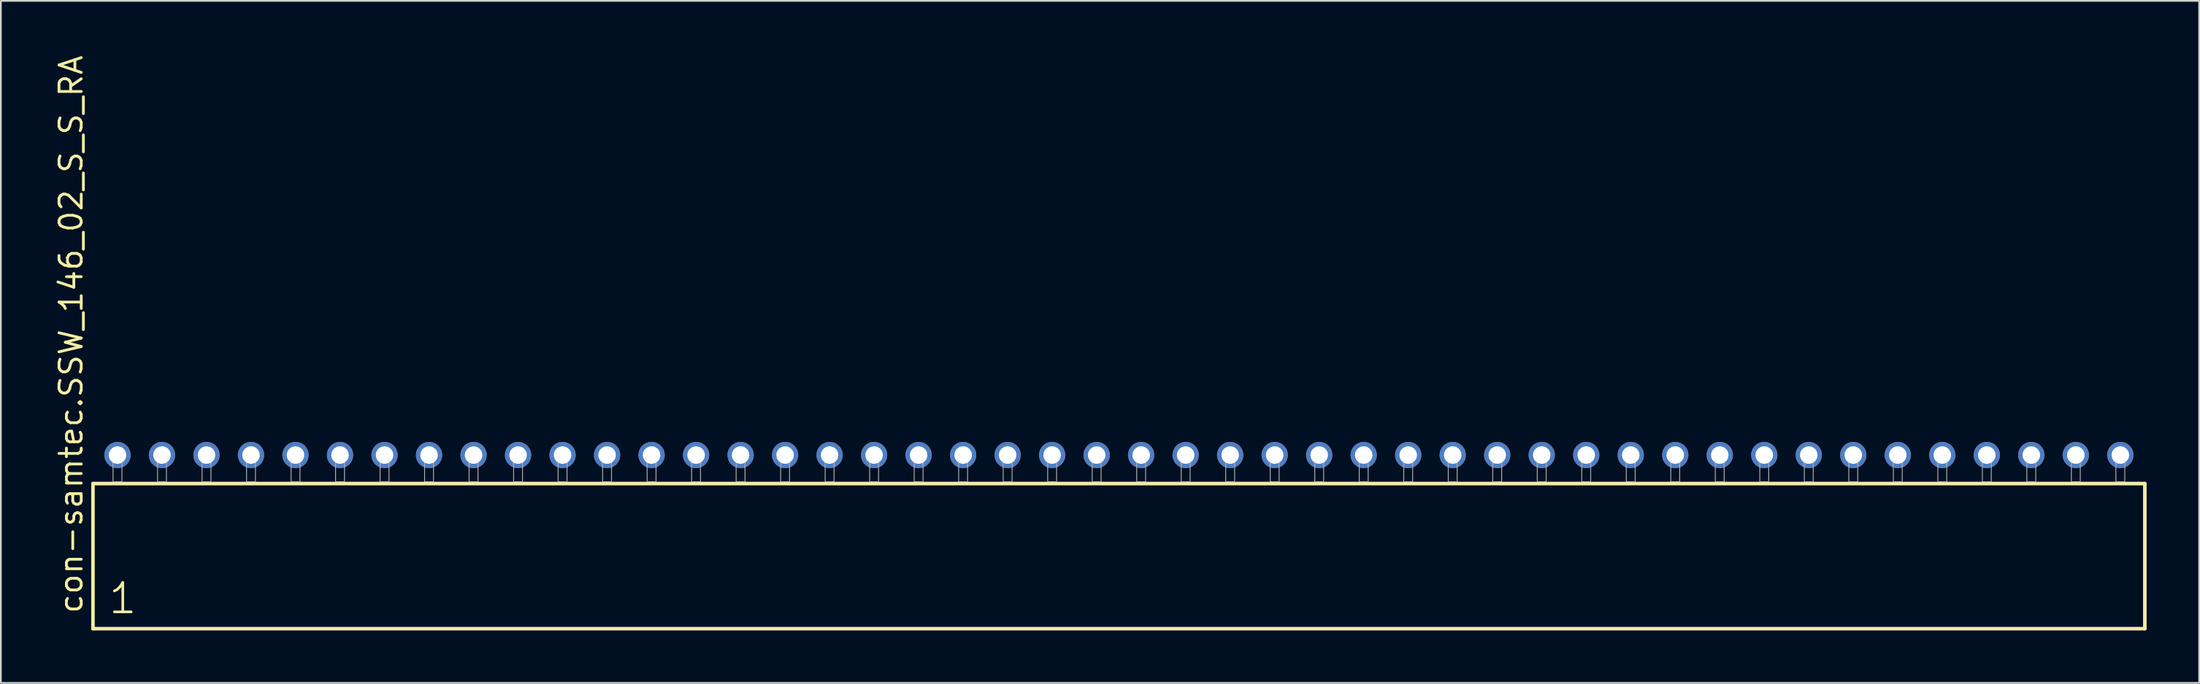
<source format=kicad_pcb>
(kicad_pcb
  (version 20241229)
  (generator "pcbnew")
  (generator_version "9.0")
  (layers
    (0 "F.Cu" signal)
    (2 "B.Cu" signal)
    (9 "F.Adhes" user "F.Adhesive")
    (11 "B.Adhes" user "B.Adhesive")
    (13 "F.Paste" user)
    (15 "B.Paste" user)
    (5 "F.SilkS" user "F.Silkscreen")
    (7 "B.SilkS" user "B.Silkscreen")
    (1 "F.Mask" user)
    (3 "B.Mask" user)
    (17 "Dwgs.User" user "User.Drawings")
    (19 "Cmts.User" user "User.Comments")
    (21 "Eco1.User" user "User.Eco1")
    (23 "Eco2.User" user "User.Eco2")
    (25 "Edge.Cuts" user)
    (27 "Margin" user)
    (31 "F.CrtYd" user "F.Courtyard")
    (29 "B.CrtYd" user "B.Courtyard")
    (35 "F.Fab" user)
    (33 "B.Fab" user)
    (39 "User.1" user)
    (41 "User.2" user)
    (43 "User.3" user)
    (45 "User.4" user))
  (footprint "con-samtec.SSW_146_02_S_S_RA"
    (layer "F.Cu")
    (at 60.805 24.477)
    (property "Reference" "con-samtec.SSW_146_02_S_S_RA" (at -59.055 7.62 90) (layer "F.SilkS") (effects (font (size 1.27 1.27) (thickness 0.16)) (justify left bottom)))
    (attr through_hole)
    (fp_line (start -58.549 0.106) (end -58.549 8.396) (stroke (width 0.203) (type default)) (layer "F.SilkS"))
    (fp_line (start -58.549 8.396) (end 58.549 8.396) (stroke (width 0.203) (type default)) (layer "F.SilkS"))
    (fp_line (start 58.549 0.106) (end -58.549 0.106) (stroke (width 0.203) (type default)) (layer "F.SilkS"))
    (fp_line (start 58.549 8.396) (end 58.549 0.106) (stroke (width 0.203) (type default)) (layer "F.SilkS"))
    (fp_rect (start -57.404 0) (end -56.896 -1.778) (stroke (width 0.05) (type default)) (fill no) (layer "F.Fab"))
    (fp_rect (start -54.864 0) (end -54.356 -1.778) (stroke (width 0.05) (type default)) (fill no) (layer "F.Fab"))
    (fp_rect (start -52.324 0) (end -51.816 -1.778) (stroke (width 0.05) (type default)) (fill no) (layer "F.Fab"))
    (fp_rect (start -49.784 0) (end -49.276 -1.778) (stroke (width 0.05) (type default)) (fill no) (layer "F.Fab"))
    (fp_rect (start -47.244 0) (end -46.736 -1.778) (stroke (width 0.05) (type default)) (fill no) (layer "F.Fab"))
    (fp_rect (start -44.704 0) (end -44.196 -1.778) (stroke (width 0.05) (type default)) (fill no) (layer "F.Fab"))
    (fp_rect (start -42.164 0) (end -41.656 -1.778) (stroke (width 0.05) (type default)) (fill no) (layer "F.Fab"))
    (fp_rect (start -39.624 0) (end -39.116 -1.778) (stroke (width 0.05) (type default)) (fill no) (layer "F.Fab"))
    (fp_rect (start -37.084 0) (end -36.576 -1.778) (stroke (width 0.05) (type default)) (fill no) (layer "F.Fab"))
    (fp_rect (start -34.544 0) (end -34.036 -1.778) (stroke (width 0.05) (type default)) (fill no) (layer "F.Fab"))
    (fp_rect (start -32.004 0) (end -31.496 -1.778) (stroke (width 0.05) (type default)) (fill no) (layer "F.Fab"))
    (fp_rect (start -29.464 0) (end -28.956 -1.778) (stroke (width 0.05) (type default)) (fill no) (layer "F.Fab"))
    (fp_rect (start -26.924 0) (end -26.416 -1.778) (stroke (width 0.05) (type default)) (fill no) (layer "F.Fab"))
    (fp_rect (start -24.384 0) (end -23.876 -1.778) (stroke (width 0.05) (type default)) (fill no) (layer "F.Fab"))
    (fp_rect (start -21.844 0) (end -21.336 -1.778) (stroke (width 0.05) (type default)) (fill no) (layer "F.Fab"))
    (fp_rect (start -19.304 0) (end -18.796 -1.778) (stroke (width 0.05) (type default)) (fill no) (layer "F.Fab"))
    (fp_rect (start -16.764 0) (end -16.256 -1.778) (stroke (width 0.05) (type default)) (fill no) (layer "F.Fab"))
    (fp_rect (start -14.224 0) (end -13.716 -1.778) (stroke (width 0.05) (type default)) (fill no) (layer "F.Fab"))
    (fp_rect (start -11.684 0) (end -11.176 -1.778) (stroke (width 0.05) (type default)) (fill no) (layer "F.Fab"))
    (fp_rect (start -9.144 0) (end -8.636 -1.778) (stroke (width 0.05) (type default)) (fill no) (layer "F.Fab"))
    (fp_rect (start -6.604 0) (end -6.096 -1.778) (stroke (width 0.05) (type default)) (fill no) (layer "F.Fab"))
    (fp_rect (start -4.064 0) (end -3.556 -1.778) (stroke (width 0.05) (type default)) (fill no) (layer "F.Fab"))
    (fp_rect (start -1.524 0) (end -1.016 -1.778) (stroke (width 0.05) (type default)) (fill no) (layer "F.Fab"))
    (fp_rect (start 1.016 0) (end 1.524 -1.778) (stroke (width 0.05) (type default)) (fill no) (layer "F.Fab"))
    (fp_rect (start 3.556 0) (end 4.064 -1.778) (stroke (width 0.05) (type default)) (fill no) (layer "F.Fab"))
    (fp_rect (start 6.096 0) (end 6.604 -1.778) (stroke (width 0.05) (type default)) (fill no) (layer "F.Fab"))
    (fp_rect (start 8.636 0) (end 9.144 -1.778) (stroke (width 0.05) (type default)) (fill no) (layer "F.Fab"))
    (fp_rect (start 11.176 0) (end 11.684 -1.778) (stroke (width 0.05) (type default)) (fill no) (layer "F.Fab"))
    (fp_rect (start 13.716 0) (end 14.224 -1.778) (stroke (width 0.05) (type default)) (fill no) (layer "F.Fab"))
    (fp_rect (start 16.256 0) (end 16.764 -1.778) (stroke (width 0.05) (type default)) (fill no) (layer "F.Fab"))
    (fp_rect (start 18.796 0) (end 19.304 -1.778) (stroke (width 0.05) (type default)) (fill no) (layer "F.Fab"))
    (fp_rect (start 21.336 0) (end 21.844 -1.778) (stroke (width 0.05) (type default)) (fill no) (layer "F.Fab"))
    (fp_rect (start 23.876 0) (end 24.384 -1.778) (stroke (width 0.05) (type default)) (fill no) (layer "F.Fab"))
    (fp_rect (start 26.416 0) (end 26.924 -1.778) (stroke (width 0.05) (type default)) (fill no) (layer "F.Fab"))
    (fp_rect (start 28.956 0) (end 29.464 -1.778) (stroke (width 0.05) (type default)) (fill no) (layer "F.Fab"))
    (fp_rect (start 31.496 0) (end 32.004 -1.778) (stroke (width 0.05) (type default)) (fill no) (layer "F.Fab"))
    (fp_rect (start 34.036 0) (end 34.544 -1.778) (stroke (width 0.05) (type default)) (fill no) (layer "F.Fab"))
    (fp_rect (start 36.576 0) (end 37.084 -1.778) (stroke (width 0.05) (type default)) (fill no) (layer "F.Fab"))
    (fp_rect (start 39.116 0) (end 39.624 -1.778) (stroke (width 0.05) (type default)) (fill no) (layer "F.Fab"))
    (fp_rect (start 41.656 0) (end 42.164 -1.778) (stroke (width 0.05) (type default)) (fill no) (layer "F.Fab"))
    (fp_rect (start 44.196 0) (end 44.704 -1.778) (stroke (width 0.05) (type default)) (fill no) (layer "F.Fab"))
    (fp_rect (start 46.736 0) (end 47.244 -1.778) (stroke (width 0.05) (type default)) (fill no) (layer "F.Fab"))
    (fp_rect (start 49.276 0) (end 49.784 -1.778) (stroke (width 0.05) (type default)) (fill no) (layer "F.Fab"))
    (fp_rect (start 51.816 0) (end 52.324 -1.778) (stroke (width 0.05) (type default)) (fill no) (layer "F.Fab"))
    (fp_rect (start 54.356 0) (end 54.864 -1.778) (stroke (width 0.05) (type default)) (fill no) (layer "F.Fab"))
    (fp_rect (start 56.896 0) (end 57.404 -1.778) (stroke (width 0.05) (type default)) (fill no) (layer "F.Fab"))
    (fp_text user "1" (at -57.745 7.65 0) (layer "F.SilkS") (effects (font (size 1.676 1.676) (thickness 0.15)) (justify left bottom)))
    (pad "1" thru_hole circle (at -57.15 -1.524) (size 1.5 1.5) (drill 1) (layers "*.Cu" "*.Mask"))
    (pad "2" thru_hole circle (at -54.61 -1.524) (size 1.5 1.5) (drill 1) (layers "*.Cu" "*.Mask"))
    (pad "3" thru_hole circle (at -52.07 -1.524) (size 1.5 1.5) (drill 1) (layers "*.Cu" "*.Mask"))
    (pad "4" thru_hole circle (at -49.53 -1.524) (size 1.5 1.5) (drill 1) (layers "*.Cu" "*.Mask"))
    (pad "5" thru_hole circle (at -46.99 -1.524) (size 1.5 1.5) (drill 1) (layers "*.Cu" "*.Mask"))
    (pad "6" thru_hole circle (at -44.45 -1.524) (size 1.5 1.5) (drill 1) (layers "*.Cu" "*.Mask"))
    (pad "7" thru_hole circle (at -41.91 -1.524) (size 1.5 1.5) (drill 1) (layers "*.Cu" "*.Mask"))
    (pad "8" thru_hole circle (at -39.37 -1.524) (size 1.5 1.5) (drill 1) (layers "*.Cu" "*.Mask"))
    (pad "9" thru_hole circle (at -36.83 -1.524) (size 1.5 1.5) (drill 1) (layers "*.Cu" "*.Mask"))
    (pad "10" thru_hole circle (at -34.29 -1.524) (size 1.5 1.5) (drill 1) (layers "*.Cu" "*.Mask"))
    (pad "11" thru_hole circle (at -31.75 -1.524) (size 1.5 1.5) (drill 1) (layers "*.Cu" "*.Mask"))
    (pad "12" thru_hole circle (at -29.21 -1.524) (size 1.5 1.5) (drill 1) (layers "*.Cu" "*.Mask"))
    (pad "13" thru_hole circle (at -26.67 -1.524) (size 1.5 1.5) (drill 1) (layers "*.Cu" "*.Mask"))
    (pad "14" thru_hole circle (at -24.13 -1.524) (size 1.5 1.5) (drill 1) (layers "*.Cu" "*.Mask"))
    (pad "15" thru_hole circle (at -21.59 -1.524) (size 1.5 1.5) (drill 1) (layers "*.Cu" "*.Mask"))
    (pad "16" thru_hole circle (at -19.05 -1.524) (size 1.5 1.5) (drill 1) (layers "*.Cu" "*.Mask"))
    (pad "17" thru_hole circle (at -16.51 -1.524) (size 1.5 1.5) (drill 1) (layers "*.Cu" "*.Mask"))
    (pad "18" thru_hole circle (at -13.97 -1.524) (size 1.5 1.5) (drill 1) (layers "*.Cu" "*.Mask"))
    (pad "19" thru_hole circle (at -11.43 -1.524) (size 1.5 1.5) (drill 1) (layers "*.Cu" "*.Mask"))
    (pad "20" thru_hole circle (at -8.89 -1.524) (size 1.5 1.5) (drill 1) (layers "*.Cu" "*.Mask"))
    (pad "21" thru_hole circle (at -6.35 -1.524) (size 1.5 1.5) (drill 1) (layers "*.Cu" "*.Mask"))
    (pad "22" thru_hole circle (at -3.81 -1.524) (size 1.5 1.5) (drill 1) (layers "*.Cu" "*.Mask"))
    (pad "23" thru_hole circle (at -1.27 -1.524) (size 1.5 1.5) (drill 1) (layers "*.Cu" "*.Mask"))
    (pad "24" thru_hole circle (at 1.27 -1.524) (size 1.5 1.5) (drill 1) (layers "*.Cu" "*.Mask"))
    (pad "25" thru_hole circle (at 3.81 -1.524) (size 1.5 1.5) (drill 1) (layers "*.Cu" "*.Mask"))
    (pad "26" thru_hole circle (at 6.35 -1.524) (size 1.5 1.5) (drill 1) (layers "*.Cu" "*.Mask"))
    (pad "27" thru_hole circle (at 8.89 -1.524) (size 1.5 1.5) (drill 1) (layers "*.Cu" "*.Mask"))
    (pad "28" thru_hole circle (at 11.43 -1.524) (size 1.5 1.5) (drill 1) (layers "*.Cu" "*.Mask"))
    (pad "29" thru_hole circle (at 13.97 -1.524) (size 1.5 1.5) (drill 1) (layers "*.Cu" "*.Mask"))
    (pad "30" thru_hole circle (at 16.51 -1.524) (size 1.5 1.5) (drill 1) (layers "*.Cu" "*.Mask"))
    (pad "31" thru_hole circle (at 19.05 -1.524) (size 1.5 1.5) (drill 1) (layers "*.Cu" "*.Mask"))
    (pad "32" thru_hole circle (at 21.59 -1.524) (size 1.5 1.5) (drill 1) (layers "*.Cu" "*.Mask"))
    (pad "33" thru_hole circle (at 24.13 -1.524) (size 1.5 1.5) (drill 1) (layers "*.Cu" "*.Mask"))
    (pad "34" thru_hole circle (at 26.67 -1.524) (size 1.5 1.5) (drill 1) (layers "*.Cu" "*.Mask"))
    (pad "35" thru_hole circle (at 29.21 -1.524) (size 1.5 1.5) (drill 1) (layers "*.Cu" "*.Mask"))
    (pad "36" thru_hole circle (at 31.75 -1.524) (size 1.5 1.5) (drill 1) (layers "*.Cu" "*.Mask"))
    (pad "37" thru_hole circle (at 34.29 -1.524) (size 1.5 1.5) (drill 1) (layers "*.Cu" "*.Mask"))
    (pad "38" thru_hole circle (at 36.83 -1.524) (size 1.5 1.5) (drill 1) (layers "*.Cu" "*.Mask"))
    (pad "39" thru_hole circle (at 39.37 -1.524) (size 1.5 1.5) (drill 1) (layers "*.Cu" "*.Mask"))
    (pad "40" thru_hole circle (at 41.91 -1.524) (size 1.5 1.5) (drill 1) (layers "*.Cu" "*.Mask"))
    (pad "41" thru_hole circle (at 44.45 -1.524) (size 1.5 1.5) (drill 1) (layers "*.Cu" "*.Mask"))
    (pad "42" thru_hole circle (at 46.99 -1.524) (size 1.5 1.5) (drill 1) (layers "*.Cu" "*.Mask"))
    (pad "43" thru_hole circle (at 49.53 -1.524) (size 1.5 1.5) (drill 1) (layers "*.Cu" "*.Mask"))
    (pad "44" thru_hole circle (at 52.07 -1.524) (size 1.5 1.5) (drill 1) (layers "*.Cu" "*.Mask"))
    (pad "45" thru_hole circle (at 54.61 -1.524) (size 1.5 1.5) (drill 1) (layers "*.Cu" "*.Mask"))
    (pad "46" thru_hole circle (at 57.15 -1.524) (size 1.5 1.5) (drill 1) (layers "*.Cu" "*.Mask")))
  (gr_rect
    (start -3 -3)
    (end 122.456 35.975)
    (stroke (width 0.1) (type default))
    (fill no)
    (layer "Edge.Cuts")))
</source>
